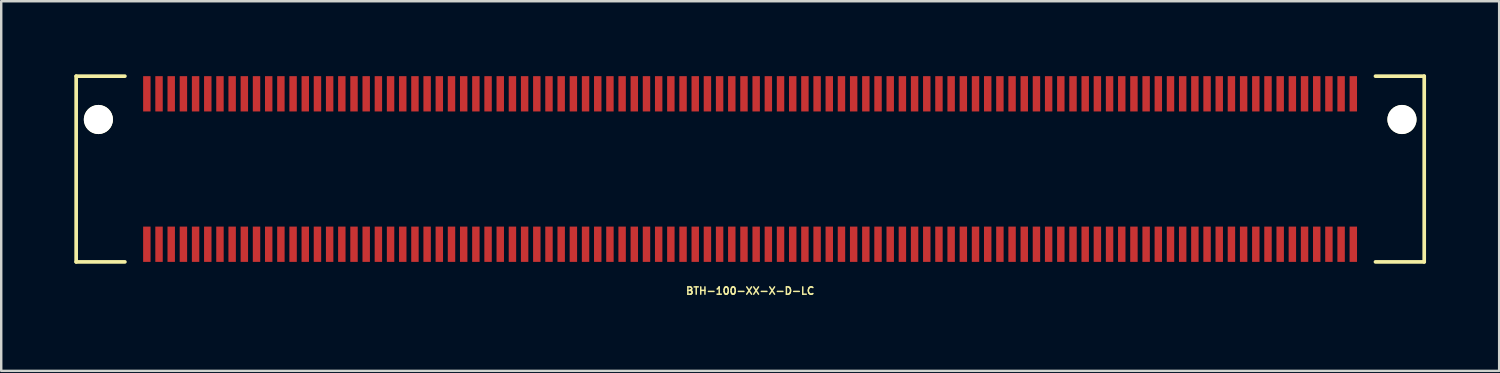
<source format=kicad_pcb>
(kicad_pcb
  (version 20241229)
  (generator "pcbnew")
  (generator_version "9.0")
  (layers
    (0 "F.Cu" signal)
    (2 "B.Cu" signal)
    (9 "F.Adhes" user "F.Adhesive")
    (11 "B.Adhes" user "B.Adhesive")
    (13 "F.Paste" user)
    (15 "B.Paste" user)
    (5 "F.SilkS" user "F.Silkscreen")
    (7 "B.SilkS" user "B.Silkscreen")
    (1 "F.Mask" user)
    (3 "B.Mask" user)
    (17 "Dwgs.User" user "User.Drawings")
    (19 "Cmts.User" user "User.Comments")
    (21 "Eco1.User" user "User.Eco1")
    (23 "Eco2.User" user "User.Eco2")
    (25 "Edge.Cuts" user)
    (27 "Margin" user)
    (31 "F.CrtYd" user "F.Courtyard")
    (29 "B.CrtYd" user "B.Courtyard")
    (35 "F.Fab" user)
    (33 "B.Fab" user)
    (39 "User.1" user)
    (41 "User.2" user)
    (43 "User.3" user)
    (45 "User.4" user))
  (footprint "BTH-100-XX-X-D-LC"
    (layer "F.Cu")
    (at 27.73 3.885)
    (property "Reference" "BTH-100-XX-X-D-LC" (at 0 5 0) (layer "F.SilkS") (effects (font (size 0.3 0.3) (thickness 0.061))))
    (attr smd)
    (fp_line (start -27.655 -3.81) (end -27.655 3.81) (stroke (width 0.15) (type solid)) (layer "F.SilkS"))
    (fp_line (start -27.655 3.81) (end -25.655 3.81) (stroke (width 0.15) (type solid)) (layer "F.SilkS"))
    (fp_line (start -25.655 -3.81) (end -27.655 -3.81) (stroke (width 0.15) (type solid)) (layer "F.SilkS"))
    (fp_line (start 25.655 -3.81) (end 27.655 -3.81) (stroke (width 0.15) (type solid)) (layer "F.SilkS"))
    (fp_line (start 27.655 -3.81) (end 27.655 3.81) (stroke (width 0.15) (type solid)) (layer "F.SilkS"))
    (fp_line (start 27.655 3.81) (end 25.655 3.81) (stroke (width 0.15) (type solid)) (layer "F.SilkS"))
    (pad "" np_thru_hole circle (at -26.743 -2.032) (size 1.194 1.194) (drill 1.194) (layers "*.Cu" "*.Mask" "F.SilkS"))
    (pad "" np_thru_hole circle (at 26.742 -2.032) (size 1.194 1.194) (drill 1.194) (layers "*.Cu" "*.Mask" "F.SilkS"))
    (pad "1" smd rect (at -24.755 -3.086) (size 0.305 1.448) (layers "F.Cu" "F.Mask" "F.Paste"))
    (pad "2" smd rect (at -24.755 3.086) (size 0.305 1.448) (layers "F.Cu" "F.Mask" "F.Paste"))
    (pad "3" smd rect (at -24.255 -3.086) (size 0.305 1.448) (layers "F.Cu" "F.Mask" "F.Paste"))
    (pad "4" smd rect (at -24.255 3.086) (size 0.305 1.448) (layers "F.Cu" "F.Mask" "F.Paste"))
    (pad "5" smd rect (at -23.755 -3.086) (size 0.305 1.448) (layers "F.Cu" "F.Mask" "F.Paste"))
    (pad "6" smd rect (at -23.755 3.086) (size 0.305 1.448) (layers "F.Cu" "F.Mask" "F.Paste"))
    (pad "7" smd rect (at -23.255 -3.086) (size 0.305 1.448) (layers "F.Cu" "F.Mask" "F.Paste"))
    (pad "8" smd rect (at -23.255 3.086) (size 0.305 1.448) (layers "F.Cu" "F.Mask" "F.Paste"))
    (pad "9" smd rect (at -22.755 -3.086) (size 0.305 1.448) (layers "F.Cu" "F.Mask" "F.Paste"))
    (pad "10" smd rect (at -22.755 3.086) (size 0.305 1.448) (layers "F.Cu" "F.Mask" "F.Paste"))
    (pad "11" smd rect (at -22.255 -3.086) (size 0.305 1.448) (layers "F.Cu" "F.Mask" "F.Paste"))
    (pad "12" smd rect (at -22.255 3.086) (size 0.305 1.448) (layers "F.Cu" "F.Mask" "F.Paste"))
    (pad "13" smd rect (at -21.755 -3.086) (size 0.305 1.448) (layers "F.Cu" "F.Mask" "F.Paste"))
    (pad "14" smd rect (at -21.755 3.086) (size 0.305 1.448) (layers "F.Cu" "F.Mask" "F.Paste"))
    (pad "15" smd rect (at -21.255 -3.086) (size 0.305 1.448) (layers "F.Cu" "F.Mask" "F.Paste"))
    (pad "16" smd rect (at -21.255 3.086) (size 0.305 1.448) (layers "F.Cu" "F.Mask" "F.Paste"))
    (pad "17" smd rect (at -20.755 -3.086) (size 0.305 1.448) (layers "F.Cu" "F.Mask" "F.Paste"))
    (pad "18" smd rect (at -20.755 3.086) (size 0.305 1.448) (layers "F.Cu" "F.Mask" "F.Paste"))
    (pad "19" smd rect (at -20.255 -3.086) (size 0.305 1.448) (layers "F.Cu" "F.Mask" "F.Paste"))
    (pad "20" smd rect (at -20.255 3.086) (size 0.305 1.448) (layers "F.Cu" "F.Mask" "F.Paste"))
    (pad "21" smd rect (at -19.755 -3.086) (size 0.305 1.448) (layers "F.Cu" "F.Mask" "F.Paste"))
    (pad "22" smd rect (at -19.755 3.086) (size 0.305 1.448) (layers "F.Cu" "F.Mask" "F.Paste"))
    (pad "23" smd rect (at -19.255 -3.086) (size 0.305 1.448) (layers "F.Cu" "F.Mask" "F.Paste"))
    (pad "24" smd rect (at -19.255 3.086) (size 0.305 1.448) (layers "F.Cu" "F.Mask" "F.Paste"))
    (pad "25" smd rect (at -18.755 -3.086) (size 0.305 1.448) (layers "F.Cu" "F.Mask" "F.Paste"))
    (pad "26" smd rect (at -18.755 3.086) (size 0.305 1.448) (layers "F.Cu" "F.Mask" "F.Paste"))
    (pad "27" smd rect (at -18.255 -3.086) (size 0.305 1.448) (layers "F.Cu" "F.Mask" "F.Paste"))
    (pad "28" smd rect (at -18.255 3.086) (size 0.305 1.448) (layers "F.Cu" "F.Mask" "F.Paste"))
    (pad "29" smd rect (at -17.755 -3.086) (size 0.305 1.448) (layers "F.Cu" "F.Mask" "F.Paste"))
    (pad "30" smd rect (at -17.755 3.086) (size 0.305 1.448) (layers "F.Cu" "F.Mask" "F.Paste"))
    (pad "31" smd rect (at -17.255 -3.086) (size 0.305 1.448) (layers "F.Cu" "F.Mask" "F.Paste"))
    (pad "32" smd rect (at -17.255 3.086) (size 0.305 1.448) (layers "F.Cu" "F.Mask" "F.Paste"))
    (pad "33" smd rect (at -16.755 -3.086) (size 0.305 1.448) (layers "F.Cu" "F.Mask" "F.Paste"))
    (pad "34" smd rect (at -16.755 3.086) (size 0.305 1.448) (layers "F.Cu" "F.Mask" "F.Paste"))
    (pad "35" smd rect (at -16.255 -3.086) (size 0.305 1.448) (layers "F.Cu" "F.Mask" "F.Paste"))
    (pad "36" smd rect (at -16.255 3.086) (size 0.305 1.448) (layers "F.Cu" "F.Mask" "F.Paste"))
    (pad "37" smd rect (at -15.755 -3.086) (size 0.305 1.448) (layers "F.Cu" "F.Mask" "F.Paste"))
    (pad "38" smd rect (at -15.755 3.086) (size 0.305 1.448) (layers "F.Cu" "F.Mask" "F.Paste"))
    (pad "39" smd rect (at -15.255 -3.086) (size 0.305 1.448) (layers "F.Cu" "F.Mask" "F.Paste"))
    (pad "40" smd rect (at -15.255 3.086) (size 0.305 1.448) (layers "F.Cu" "F.Mask" "F.Paste"))
    (pad "41" smd rect (at -14.755 -3.086) (size 0.305 1.448) (layers "F.Cu" "F.Mask" "F.Paste"))
    (pad "42" smd rect (at -14.755 3.086) (size 0.305 1.448) (layers "F.Cu" "F.Mask" "F.Paste"))
    (pad "43" smd rect (at -14.255 -3.086) (size 0.305 1.448) (layers "F.Cu" "F.Mask" "F.Paste"))
    (pad "44" smd rect (at -14.255 3.086) (size 0.305 1.448) (layers "F.Cu" "F.Mask" "F.Paste"))
    (pad "45" smd rect (at -13.755 -3.086) (size 0.305 1.448) (layers "F.Cu" "F.Mask" "F.Paste"))
    (pad "46" smd rect (at -13.755 3.086) (size 0.305 1.448) (layers "F.Cu" "F.Mask" "F.Paste"))
    (pad "47" smd rect (at -13.255 -3.086) (size 0.305 1.448) (layers "F.Cu" "F.Mask" "F.Paste"))
    (pad "48" smd rect (at -13.255 3.086) (size 0.305 1.448) (layers "F.Cu" "F.Mask" "F.Paste"))
    (pad "49" smd rect (at -12.755 -3.086) (size 0.305 1.448) (layers "F.Cu" "F.Mask" "F.Paste"))
    (pad "50" smd rect (at -12.755 3.086) (size 0.305 1.448) (layers "F.Cu" "F.Mask" "F.Paste"))
    (pad "51" smd rect (at -12.255 -3.086) (size 0.305 1.448) (layers "F.Cu" "F.Mask" "F.Paste"))
    (pad "52" smd rect (at -12.255 3.086) (size 0.305 1.448) (layers "F.Cu" "F.Mask" "F.Paste"))
    (pad "53" smd rect (at -11.755 -3.086) (size 0.305 1.448) (layers "F.Cu" "F.Mask" "F.Paste"))
    (pad "54" smd rect (at -11.755 3.086) (size 0.305 1.448) (layers "F.Cu" "F.Mask" "F.Paste"))
    (pad "55" smd rect (at -11.255 -3.086) (size 0.305 1.448) (layers "F.Cu" "F.Mask" "F.Paste"))
    (pad "56" smd rect (at -11.255 3.086) (size 0.305 1.448) (layers "F.Cu" "F.Mask" "F.Paste"))
    (pad "57" smd rect (at -10.755 -3.086) (size 0.305 1.448) (layers "F.Cu" "F.Mask" "F.Paste"))
    (pad "58" smd rect (at -10.755 3.086) (size 0.305 1.448) (layers "F.Cu" "F.Mask" "F.Paste"))
    (pad "59" smd rect (at -10.255 -3.086) (size 0.305 1.448) (layers "F.Cu" "F.Mask" "F.Paste"))
    (pad "60" smd rect (at -10.255 3.086) (size 0.305 1.448) (layers "F.Cu" "F.Mask" "F.Paste"))
    (pad "61" smd rect (at -9.755 -3.086) (size 0.305 1.448) (layers "F.Cu" "F.Mask" "F.Paste"))
    (pad "62" smd rect (at -9.755 3.086) (size 0.305 1.448) (layers "F.Cu" "F.Mask" "F.Paste"))
    (pad "63" smd rect (at -9.255 -3.086) (size 0.305 1.448) (layers "F.Cu" "F.Mask" "F.Paste"))
    (pad "64" smd rect (at -9.255 3.086) (size 0.305 1.448) (layers "F.Cu" "F.Mask" "F.Paste"))
    (pad "65" smd rect (at -8.755 -3.086) (size 0.305 1.448) (layers "F.Cu" "F.Mask" "F.Paste"))
    (pad "66" smd rect (at -8.755 3.086) (size 0.305 1.448) (layers "F.Cu" "F.Mask" "F.Paste"))
    (pad "67" smd rect (at -8.255 -3.086) (size 0.305 1.448) (layers "F.Cu" "F.Mask" "F.Paste"))
    (pad "68" smd rect (at -8.255 3.086) (size 0.305 1.448) (layers "F.Cu" "F.Mask" "F.Paste"))
    (pad "69" smd rect (at -7.755 -3.086) (size 0.305 1.448) (layers "F.Cu" "F.Mask" "F.Paste"))
    (pad "70" smd rect (at -7.755 3.086) (size 0.305 1.448) (layers "F.Cu" "F.Mask" "F.Paste"))
    (pad "71" smd rect (at -7.255 -3.086) (size 0.305 1.448) (layers "F.Cu" "F.Mask" "F.Paste"))
    (pad "72" smd rect (at -7.255 3.086) (size 0.305 1.448) (layers "F.Cu" "F.Mask" "F.Paste"))
    (pad "73" smd rect (at -6.755 -3.086) (size 0.305 1.448) (layers "F.Cu" "F.Mask" "F.Paste"))
    (pad "74" smd rect (at -6.755 3.086) (size 0.305 1.448) (layers "F.Cu" "F.Mask" "F.Paste"))
    (pad "75" smd rect (at -6.255 -3.086) (size 0.305 1.448) (layers "F.Cu" "F.Mask" "F.Paste"))
    (pad "76" smd rect (at -6.255 3.086) (size 0.305 1.448) (layers "F.Cu" "F.Mask" "F.Paste"))
    (pad "77" smd rect (at -5.755 -3.086) (size 0.305 1.448) (layers "F.Cu" "F.Mask" "F.Paste"))
    (pad "78" smd rect (at -5.755 3.086) (size 0.305 1.448) (layers "F.Cu" "F.Mask" "F.Paste"))
    (pad "79" smd rect (at -5.255 -3.086) (size 0.305 1.448) (layers "F.Cu" "F.Mask" "F.Paste"))
    (pad "80" smd rect (at -5.255 3.086) (size 0.305 1.448) (layers "F.Cu" "F.Mask" "F.Paste"))
    (pad "81" smd rect (at -4.755 -3.086) (size 0.305 1.448) (layers "F.Cu" "F.Mask" "F.Paste"))
    (pad "82" smd rect (at -4.755 3.086) (size 0.305 1.448) (layers "F.Cu" "F.Mask" "F.Paste"))
    (pad "83" smd rect (at -4.255 -3.086) (size 0.305 1.448) (layers "F.Cu" "F.Mask" "F.Paste"))
    (pad "84" smd rect (at -4.255 3.086) (size 0.305 1.448) (layers "F.Cu" "F.Mask" "F.Paste"))
    (pad "85" smd rect (at -3.755 -3.086) (size 0.305 1.448) (layers "F.Cu" "F.Mask" "F.Paste"))
    (pad "86" smd rect (at -3.755 3.086) (size 0.305 1.448) (layers "F.Cu" "F.Mask" "F.Paste"))
    (pad "87" smd rect (at -3.255 -3.086) (size 0.305 1.448) (layers "F.Cu" "F.Mask" "F.Paste"))
    (pad "88" smd rect (at -3.255 3.086) (size 0.305 1.448) (layers "F.Cu" "F.Mask" "F.Paste"))
    (pad "89" smd rect (at -2.755 -3.086) (size 0.305 1.448) (layers "F.Cu" "F.Mask" "F.Paste"))
    (pad "90" smd rect (at -2.755 3.086) (size 0.305 1.448) (layers "F.Cu" "F.Mask" "F.Paste"))
    (pad "91" smd rect (at -2.255 -3.086) (size 0.305 1.448) (layers "F.Cu" "F.Mask" "F.Paste"))
    (pad "92" smd rect (at -2.255 3.086) (size 0.305 1.448) (layers "F.Cu" "F.Mask" "F.Paste"))
    (pad "93" smd rect (at -1.755 -3.086) (size 0.305 1.448) (layers "F.Cu" "F.Mask" "F.Paste"))
    (pad "94" smd rect (at -1.755 3.086) (size 0.305 1.448) (layers "F.Cu" "F.Mask" "F.Paste"))
    (pad "95" smd rect (at -1.255 -3.086) (size 0.305 1.448) (layers "F.Cu" "F.Mask" "F.Paste"))
    (pad "96" smd rect (at -1.255 3.086) (size 0.305 1.448) (layers "F.Cu" "F.Mask" "F.Paste"))
    (pad "97" smd rect (at -0.755 -3.086) (size 0.305 1.448) (layers "F.Cu" "F.Mask" "F.Paste"))
    (pad "98" smd rect (at -0.755 3.086) (size 0.305 1.448) (layers "F.Cu" "F.Mask" "F.Paste"))
    (pad "99" smd rect (at -0.255 -3.086) (size 0.305 1.448) (layers "F.Cu" "F.Mask" "F.Paste"))
    (pad "100" smd rect (at -0.255 3.086) (size 0.305 1.448) (layers "F.Cu" "F.Mask" "F.Paste"))
    (pad "101" smd rect (at 0.245 -3.086) (size 0.305 1.448) (layers "F.Cu" "F.Mask" "F.Paste"))
    (pad "102" smd rect (at 0.245 3.086) (size 0.305 1.448) (layers "F.Cu" "F.Mask" "F.Paste"))
    (pad "103" smd rect (at 0.745 -3.086) (size 0.305 1.448) (layers "F.Cu" "F.Mask" "F.Paste"))
    (pad "104" smd rect (at 0.745 3.086) (size 0.305 1.448) (layers "F.Cu" "F.Mask" "F.Paste"))
    (pad "105" smd rect (at 1.245 -3.086) (size 0.305 1.448) (layers "F.Cu" "F.Mask" "F.Paste"))
    (pad "106" smd rect (at 1.245 3.086) (size 0.305 1.448) (layers "F.Cu" "F.Mask" "F.Paste"))
    (pad "107" smd rect (at 1.745 -3.086) (size 0.305 1.448) (layers "F.Cu" "F.Mask" "F.Paste"))
    (pad "108" smd rect (at 1.745 3.086) (size 0.305 1.448) (layers "F.Cu" "F.Mask" "F.Paste"))
    (pad "109" smd rect (at 2.245 -3.086) (size 0.305 1.448) (layers "F.Cu" "F.Mask" "F.Paste"))
    (pad "110" smd rect (at 2.245 3.086) (size 0.305 1.448) (layers "F.Cu" "F.Mask" "F.Paste"))
    (pad "111" smd rect (at 2.745 -3.086) (size 0.305 1.448) (layers "F.Cu" "F.Mask" "F.Paste"))
    (pad "112" smd rect (at 2.745 3.086) (size 0.305 1.448) (layers "F.Cu" "F.Mask" "F.Paste"))
    (pad "113" smd rect (at 3.245 -3.086) (size 0.305 1.448) (layers "F.Cu" "F.Mask" "F.Paste"))
    (pad "114" smd rect (at 3.245 3.086) (size 0.305 1.448) (layers "F.Cu" "F.Mask" "F.Paste"))
    (pad "115" smd rect (at 3.745 -3.086) (size 0.305 1.448) (layers "F.Cu" "F.Mask" "F.Paste"))
    (pad "116" smd rect (at 3.745 3.086) (size 0.305 1.448) (layers "F.Cu" "F.Mask" "F.Paste"))
    (pad "117" smd rect (at 4.245 -3.086) (size 0.305 1.448) (layers "F.Cu" "F.Mask" "F.Paste"))
    (pad "118" smd rect (at 4.245 3.086) (size 0.305 1.448) (layers "F.Cu" "F.Mask" "F.Paste"))
    (pad "119" smd rect (at 4.745 -3.086) (size 0.305 1.448) (layers "F.Cu" "F.Mask" "F.Paste"))
    (pad "120" smd rect (at 4.745 3.086) (size 0.305 1.448) (layers "F.Cu" "F.Mask" "F.Paste"))
    (pad "121" smd rect (at 5.245 -3.086) (size 0.305 1.448) (layers "F.Cu" "F.Mask" "F.Paste"))
    (pad "122" smd rect (at 5.245 3.086) (size 0.305 1.448) (layers "F.Cu" "F.Mask" "F.Paste"))
    (pad "123" smd rect (at 5.745 -3.086) (size 0.305 1.448) (layers "F.Cu" "F.Mask" "F.Paste"))
    (pad "124" smd rect (at 5.745 3.086) (size 0.305 1.448) (layers "F.Cu" "F.Mask" "F.Paste"))
    (pad "125" smd rect (at 6.245 -3.086) (size 0.305 1.448) (layers "F.Cu" "F.Mask" "F.Paste"))
    (pad "126" smd rect (at 6.245 3.086) (size 0.305 1.448) (layers "F.Cu" "F.Mask" "F.Paste"))
    (pad "127" smd rect (at 6.745 -3.086) (size 0.305 1.448) (layers "F.Cu" "F.Mask" "F.Paste"))
    (pad "128" smd rect (at 6.745 3.086) (size 0.305 1.448) (layers "F.Cu" "F.Mask" "F.Paste"))
    (pad "129" smd rect (at 7.245 -3.086) (size 0.305 1.448) (layers "F.Cu" "F.Mask" "F.Paste"))
    (pad "130" smd rect (at 7.245 3.086) (size 0.305 1.448) (layers "F.Cu" "F.Mask" "F.Paste"))
    (pad "131" smd rect (at 7.745 -3.086) (size 0.305 1.448) (layers "F.Cu" "F.Mask" "F.Paste"))
    (pad "132" smd rect (at 7.745 3.086) (size 0.305 1.448) (layers "F.Cu" "F.Mask" "F.Paste"))
    (pad "133" smd rect (at 8.245 -3.086) (size 0.305 1.448) (layers "F.Cu" "F.Mask" "F.Paste"))
    (pad "134" smd rect (at 8.245 3.086) (size 0.305 1.448) (layers "F.Cu" "F.Mask" "F.Paste"))
    (pad "135" smd rect (at 8.745 -3.086) (size 0.305 1.448) (layers "F.Cu" "F.Mask" "F.Paste"))
    (pad "136" smd rect (at 8.745 3.086) (size 0.305 1.448) (layers "F.Cu" "F.Mask" "F.Paste"))
    (pad "137" smd rect (at 9.245 -3.086) (size 0.305 1.448) (layers "F.Cu" "F.Mask" "F.Paste"))
    (pad "138" smd rect (at 9.245 3.086) (size 0.305 1.448) (layers "F.Cu" "F.Mask" "F.Paste"))
    (pad "139" smd rect (at 9.745 -3.086) (size 0.305 1.448) (layers "F.Cu" "F.Mask" "F.Paste"))
    (pad "140" smd rect (at 9.745 3.086) (size 0.305 1.448) (layers "F.Cu" "F.Mask" "F.Paste"))
    (pad "141" smd rect (at 10.245 -3.086) (size 0.305 1.448) (layers "F.Cu" "F.Mask" "F.Paste"))
    (pad "142" smd rect (at 10.245 3.086) (size 0.305 1.448) (layers "F.Cu" "F.Mask" "F.Paste"))
    (pad "143" smd rect (at 10.745 -3.086) (size 0.305 1.448) (layers "F.Cu" "F.Mask" "F.Paste"))
    (pad "144" smd rect (at 10.745 3.086) (size 0.305 1.448) (layers "F.Cu" "F.Mask" "F.Paste"))
    (pad "145" smd rect (at 11.245 -3.086) (size 0.305 1.448) (layers "F.Cu" "F.Mask" "F.Paste"))
    (pad "146" smd rect (at 11.245 3.086) (size 0.305 1.448) (layers "F.Cu" "F.Mask" "F.Paste"))
    (pad "147" smd rect (at 11.745 -3.086) (size 0.305 1.448) (layers "F.Cu" "F.Mask" "F.Paste"))
    (pad "148" smd rect (at 11.745 3.086) (size 0.305 1.448) (layers "F.Cu" "F.Mask" "F.Paste"))
    (pad "149" smd rect (at 12.245 -3.086) (size 0.305 1.448) (layers "F.Cu" "F.Mask" "F.Paste"))
    (pad "150" smd rect (at 12.245 3.086) (size 0.305 1.448) (layers "F.Cu" "F.Mask" "F.Paste"))
    (pad "151" smd rect (at 12.745 -3.086) (size 0.305 1.448) (layers "F.Cu" "F.Mask" "F.Paste"))
    (pad "152" smd rect (at 12.745 3.086) (size 0.305 1.448) (layers "F.Cu" "F.Mask" "F.Paste"))
    (pad "153" smd rect (at 13.245 -3.086) (size 0.305 1.448) (layers "F.Cu" "F.Mask" "F.Paste"))
    (pad "154" smd rect (at 13.245 3.086) (size 0.305 1.448) (layers "F.Cu" "F.Mask" "F.Paste"))
    (pad "155" smd rect (at 13.745 -3.086) (size 0.305 1.448) (layers "F.Cu" "F.Mask" "F.Paste"))
    (pad "156" smd rect (at 13.745 3.086) (size 0.305 1.448) (layers "F.Cu" "F.Mask" "F.Paste"))
    (pad "157" smd rect (at 14.245 -3.086) (size 0.305 1.448) (layers "F.Cu" "F.Mask" "F.Paste"))
    (pad "158" smd rect (at 14.245 3.086) (size 0.305 1.448) (layers "F.Cu" "F.Mask" "F.Paste"))
    (pad "159" smd rect (at 14.745 -3.086) (size 0.305 1.448) (layers "F.Cu" "F.Mask" "F.Paste"))
    (pad "160" smd rect (at 14.745 3.086) (size 0.305 1.448) (layers "F.Cu" "F.Mask" "F.Paste"))
    (pad "161" smd rect (at 15.245 -3.086) (size 0.305 1.448) (layers "F.Cu" "F.Mask" "F.Paste"))
    (pad "162" smd rect (at 15.245 3.086) (size 0.305 1.448) (layers "F.Cu" "F.Mask" "F.Paste"))
    (pad "163" smd rect (at 15.745 -3.086) (size 0.305 1.448) (layers "F.Cu" "F.Mask" "F.Paste"))
    (pad "164" smd rect (at 15.745 3.086) (size 0.305 1.448) (layers "F.Cu" "F.Mask" "F.Paste"))
    (pad "165" smd rect (at 16.245 -3.086) (size 0.305 1.448) (layers "F.Cu" "F.Mask" "F.Paste"))
    (pad "166" smd rect (at 16.245 3.086) (size 0.305 1.448) (layers "F.Cu" "F.Mask" "F.Paste"))
    (pad "167" smd rect (at 16.745 -3.086) (size 0.305 1.448) (layers "F.Cu" "F.Mask" "F.Paste"))
    (pad "168" smd rect (at 16.745 3.086) (size 0.305 1.448) (layers "F.Cu" "F.Mask" "F.Paste"))
    (pad "169" smd rect (at 17.245 -3.086) (size 0.305 1.448) (layers "F.Cu" "F.Mask" "F.Paste"))
    (pad "170" smd rect (at 17.245 3.086) (size 0.305 1.448) (layers "F.Cu" "F.Mask" "F.Paste"))
    (pad "171" smd rect (at 17.745 -3.086) (size 0.305 1.448) (layers "F.Cu" "F.Mask" "F.Paste"))
    (pad "172" smd rect (at 17.745 3.086) (size 0.305 1.448) (layers "F.Cu" "F.Mask" "F.Paste"))
    (pad "173" smd rect (at 18.245 -3.086) (size 0.305 1.448) (layers "F.Cu" "F.Mask" "F.Paste"))
    (pad "174" smd rect (at 18.245 3.086) (size 0.305 1.448) (layers "F.Cu" "F.Mask" "F.Paste"))
    (pad "175" smd rect (at 18.745 -3.086) (size 0.305 1.448) (layers "F.Cu" "F.Mask" "F.Paste"))
    (pad "176" smd rect (at 18.745 3.086) (size 0.305 1.448) (layers "F.Cu" "F.Mask" "F.Paste"))
    (pad "177" smd rect (at 19.245 -3.086) (size 0.305 1.448) (layers "F.Cu" "F.Mask" "F.Paste"))
    (pad "178" smd rect (at 19.245 3.086) (size 0.305 1.448) (layers "F.Cu" "F.Mask" "F.Paste"))
    (pad "179" smd rect (at 19.745 -3.086) (size 0.305 1.448) (layers "F.Cu" "F.Mask" "F.Paste"))
    (pad "180" smd rect (at 19.745 3.086) (size 0.305 1.448) (layers "F.Cu" "F.Mask" "F.Paste"))
    (pad "181" smd rect (at 20.245 -3.086) (size 0.305 1.448) (layers "F.Cu" "F.Mask" "F.Paste"))
    (pad "182" smd rect (at 20.245 3.086) (size 0.305 1.448) (layers "F.Cu" "F.Mask" "F.Paste"))
    (pad "183" smd rect (at 20.745 -3.086) (size 0.305 1.448) (layers "F.Cu" "F.Mask" "F.Paste"))
    (pad "184" smd rect (at 20.745 3.086) (size 0.305 1.448) (layers "F.Cu" "F.Mask" "F.Paste"))
    (pad "185" smd rect (at 21.245 -3.086) (size 0.305 1.448) (layers "F.Cu" "F.Mask" "F.Paste"))
    (pad "186" smd rect (at 21.245 3.086) (size 0.305 1.448) (layers "F.Cu" "F.Mask" "F.Paste"))
    (pad "187" smd rect (at 21.745 -3.086) (size 0.305 1.448) (layers "F.Cu" "F.Mask" "F.Paste"))
    (pad "188" smd rect (at 21.745 3.086) (size 0.305 1.448) (layers "F.Cu" "F.Mask" "F.Paste"))
    (pad "189" smd rect (at 22.245 -3.086) (size 0.305 1.448) (layers "F.Cu" "F.Mask" "F.Paste"))
    (pad "190" smd rect (at 22.245 3.086) (size 0.305 1.448) (layers "F.Cu" "F.Mask" "F.Paste"))
    (pad "191" smd rect (at 22.745 -3.086) (size 0.305 1.448) (layers "F.Cu" "F.Mask" "F.Paste"))
    (pad "192" smd rect (at 22.745 3.086) (size 0.305 1.448) (layers "F.Cu" "F.Mask" "F.Paste"))
    (pad "193" smd rect (at 23.245 -3.086) (size 0.305 1.448) (layers "F.Cu" "F.Mask" "F.Paste"))
    (pad "194" smd rect (at 23.245 3.086) (size 0.305 1.448) (layers "F.Cu" "F.Mask" "F.Paste"))
    (pad "195" smd rect (at 23.745 -3.086) (size 0.305 1.448) (layers "F.Cu" "F.Mask" "F.Paste"))
    (pad "196" smd rect (at 23.745 3.086) (size 0.305 1.448) (layers "F.Cu" "F.Mask" "F.Paste"))
    (pad "197" smd rect (at 24.245 -3.086) (size 0.305 1.448) (layers "F.Cu" "F.Mask" "F.Paste"))
    (pad "198" smd rect (at 24.245 3.086) (size 0.305 1.448) (layers "F.Cu" "F.Mask" "F.Paste"))
    (pad "199" smd rect (at 24.745 -3.086) (size 0.305 1.448) (layers "F.Cu" "F.Mask" "F.Paste"))
    (pad "200" smd rect (at 24.745 3.086) (size 0.305 1.448) (layers "F.Cu" "F.Mask" "F.Paste")))
  (gr_rect
    (start -3 -3)
    (end 58.46 12.167)
    (stroke (width 0.1) (type default))
    (fill no)
    (layer "Edge.Cuts")))
</source>
